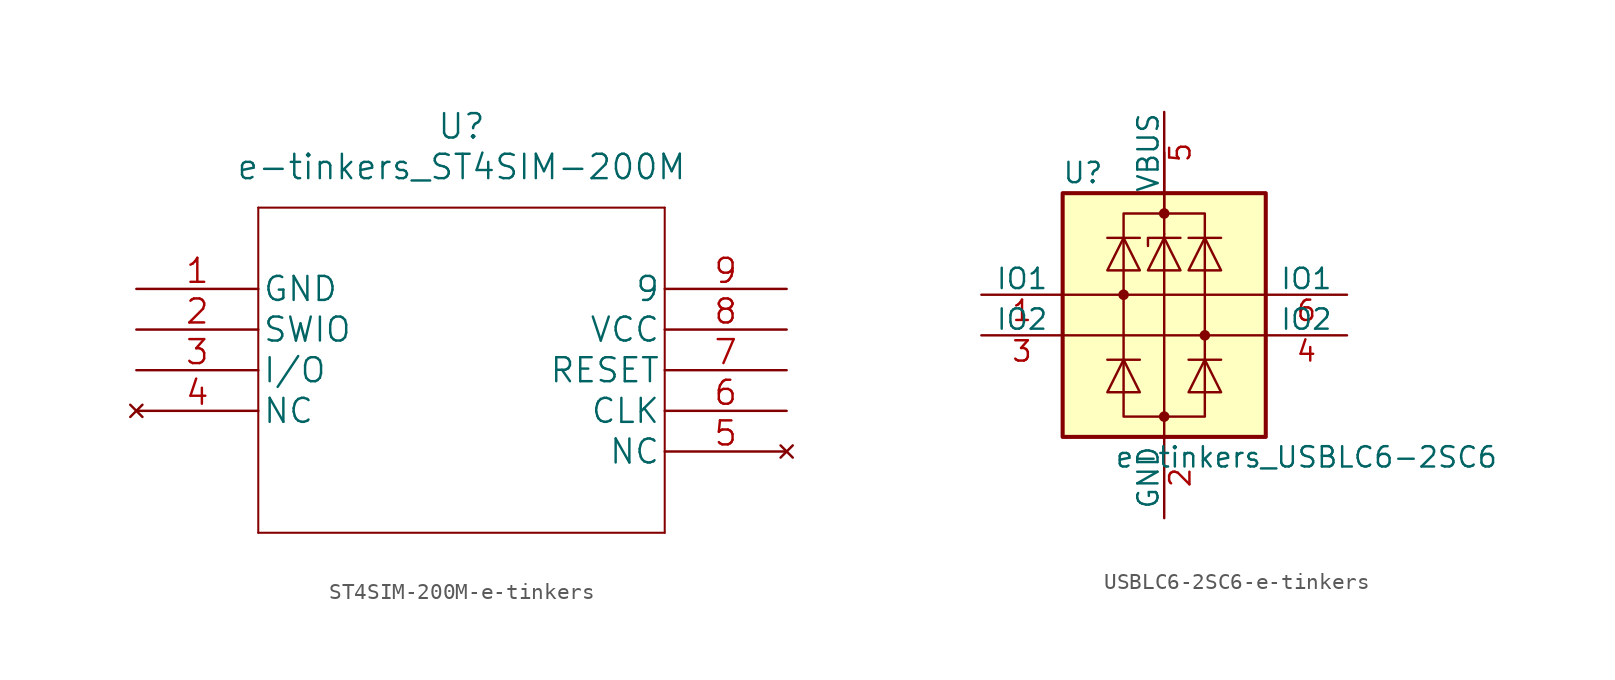
<source format=kicad_sym>
(kicad_symbol_lib
  (version 20220914)
  (generator kicad_symbol_editor)
  (symbol "ST4SIM-200M-e-tinkers"
    (pin_names
      (offset 0.254))
    (property "Reference" "U"
      (at 20.32 10.16 0)
      (effects (font (size 1.524 1.524))))
    (property "Value" "e-tinkers_ST4SIM-200M"
      (at 20.32 7.62 0)
      (effects (font (size 1.524 1.524))))
    (symbol "ST4SIM-200M-e-tinkers_1_1"
      (polyline (pts (xy 7.62 -15.24) (xy 33.02 -15.24)) (stroke (width 0.127) (type solid)) (fill (type none)))
      (polyline (pts (xy 7.62 5.08) (xy 7.62 -15.24)) (stroke (width 0.127) (type solid)) (fill (type none)))
      (polyline (pts (xy 33.02 -15.24) (xy 33.02 5.08)) (stroke (width 0.127) (type solid)) (fill (type none)))
      (polyline (pts (xy 33.02 5.08) (xy 7.62 5.08)) (stroke (width 0.127) (type solid)) (fill (type none)))
      (pin power_in line (at 0 0 0) (length 7.62) (name "GND" (effects (font (size 1.499 1.499)))) (number "1" (effects (font (size 1.499 1.499)))))
      (pin bidirectional line (at 0 -2.54 0) (length 7.62) (name "SWIO" (effects (font (size 1.499 1.499)))) (number "2" (effects (font (size 1.499 1.499)))))
      (pin bidirectional line (at 0 -5.08 0) (length 7.62) (name "I/O" (effects (font (size 1.499 1.499)))) (number "3" (effects (font (size 1.499 1.499)))))
      (pin no_connect line (at 0 -7.62 0) (length 7.62) (name "NC" (effects (font (size 1.499 1.499)))) (number "4" (effects (font (size 1.499 1.499)))))
      (pin no_connect line (at 40.64 -10.16 180) (length 7.62) (name "NC" (effects (font (size 1.499 1.499)))) (number "5" (effects (font (size 1.499 1.499)))))
      (pin input line (at 40.64 -7.62 180) (length 7.62) (name "CLK" (effects (font (size 1.499 1.499)))) (number "6" (effects (font (size 1.499 1.499)))))
      (pin input line (at 40.64 -5.08 180) (length 7.62) (name "RESET" (effects (font (size 1.499 1.499)))) (number "7" (effects (font (size 1.499 1.499)))))
      (pin power_in line (at 40.64 -2.54 180) (length 7.62) (name "VCC" (effects (font (size 1.499 1.499)))) (number "8" (effects (font (size 1.499 1.499)))))
      (pin power_in line (at 40.64 0 180) (length 7.62) (name "9" (effects (font (size 1.499 1.499)))) (number "9" (effects (font (size 1.499 1.499)))))))
  (symbol "USBLC6-2SC6-e-tinkers"
    (pin_names
      (offset 0))
    (property "Reference" "U"
      (at -5.08 8.89 0)
      (effects (font (size 1.27 1.27))))
    (property "Value" "e-tinkers_USBLC6-2SC6"
      (at 8.89 -8.89 0)
      (effects (font (size 1.27 1.27))))
    (symbol "USBLC6-2SC6-e-tinkers_0_1"
      (rectangle (start -6.35 -7.62) (end 6.35 7.62) (stroke (width 0.254) (type solid)) (fill (type background)))
      (circle (center -2.54 1.27) (radius 0.254) (stroke (width 0) (type solid)) (fill (type outline)))
      (rectangle (start -2.54 6.35) (end 2.54 -6.35) (stroke (width 0) (type solid)) (fill (type none)))
      (circle (center 0 -6.35) (radius 0.254) (stroke (width 0) (type solid)) (fill (type outline)))
      (polyline (pts (xy -6.35 1.27) (xy 6.35 1.27)) (stroke (width 0) (type solid)) (fill (type none)))
      (polyline (pts (xy -1.524 -2.794) (xy -3.556 -2.794)) (stroke (width 0) (type solid)) (fill (type none)))
      (polyline (pts (xy -1.524 4.826) (xy -3.556 4.826)) (stroke (width 0) (type solid)) (fill (type none)))
      (polyline (pts (xy 0 -7.62) (xy 0 -6.35)) (stroke (width 0) (type solid)) (fill (type none)))
      (polyline (pts (xy 0 -6.35) (xy 0 5.08)) (stroke (width 0) (type solid)) (fill (type none)))
      (polyline (pts (xy 0 5.08) (xy 0 10.16)) (stroke (width 0) (type solid)) (fill (type none)))
      (polyline (pts (xy 0 6.35) (xy 0 7.62)) (stroke (width 0) (type solid)) (fill (type none)))
      (polyline (pts (xy 1.524 -2.794) (xy 3.556 -2.794)) (stroke (width 0) (type solid)) (fill (type none)))
      (polyline (pts (xy 1.524 4.826) (xy 3.556 4.826)) (stroke (width 0) (type solid)) (fill (type none)))
      (polyline (pts (xy 6.35 -1.27) (xy -6.35 -1.27)) (stroke (width 0) (type solid)) (fill (type none)))
      (polyline (pts (xy -3.556 -4.826) (xy -1.524 -4.826) (xy -2.54 -2.794) (xy -3.556 -4.826)) (stroke (width 0) (type solid)) (fill (type none)))
      (polyline (pts (xy -3.556 2.794) (xy -1.524 2.794) (xy -2.54 4.826) (xy -3.556 2.794)) (stroke (width 0) (type solid)) (fill (type none)))
      (polyline (pts (xy -1.016 2.794) (xy 1.016 2.794) (xy 0 4.826) (xy -1.016 2.794)) (stroke (width 0) (type solid)) (fill (type none)))
      (polyline (pts (xy 1.016 4.826) (xy 0.762 4.826) (xy -1.016 4.826) (xy -1.016 4.318)) (stroke (width 0) (type solid)) (fill (type none)))
      (polyline (pts (xy 3.556 -4.826) (xy 1.524 -4.826) (xy 2.54 -2.794) (xy 3.556 -4.826)) (stroke (width 0) (type solid)) (fill (type none)))
      (polyline (pts (xy 3.556 2.794) (xy 1.524 2.794) (xy 2.54 4.826) (xy 3.556 2.794)) (stroke (width 0) (type solid)) (fill (type none)))
      (circle (center 0 6.35) (radius 0.254) (stroke (width 0) (type solid)) (fill (type outline)))
      (circle (center 2.54 -1.27) (radius 0.254) (stroke (width 0) (type solid)) (fill (type outline))))
    (symbol "USBLC6-2SC6-e-tinkers_1_1"
      (pin passive line (at -11.43 1.27 0) (length 5.08) (name "IO1" (effects (font (size 1.27 1.27)))) (number "1" (effects (font (size 1.27 1.27)))))
      (pin passive line (at 0 -12.7 90) (length 5.08) (name "GND" (effects (font (size 1.27 1.27)))) (number "2" (effects (font (size 1.27 1.27)))))
      (pin passive line (at -11.43 -1.27 0) (length 5.08) (name "IO2" (effects (font (size 1.27 1.27)))) (number "3" (effects (font (size 1.27 1.27)))))
      (pin passive line (at 11.43 -1.27 180) (length 5.08) (name "IO2" (effects (font (size 1.27 1.27)))) (number "4" (effects (font (size 1.27 1.27)))))
      (pin passive line (at 0 12.7 270) (length 5.08) (name "VBUS" (effects (font (size 1.27 1.27)))) (number "5" (effects (font (size 1.27 1.27)))))
      (pin passive line (at 11.43 1.27 180) (length 5.08) (name "IO1" (effects (font (size 1.27 1.27)))) (number "6" (effects (font (size 1.27 1.27))))))))
</source>
